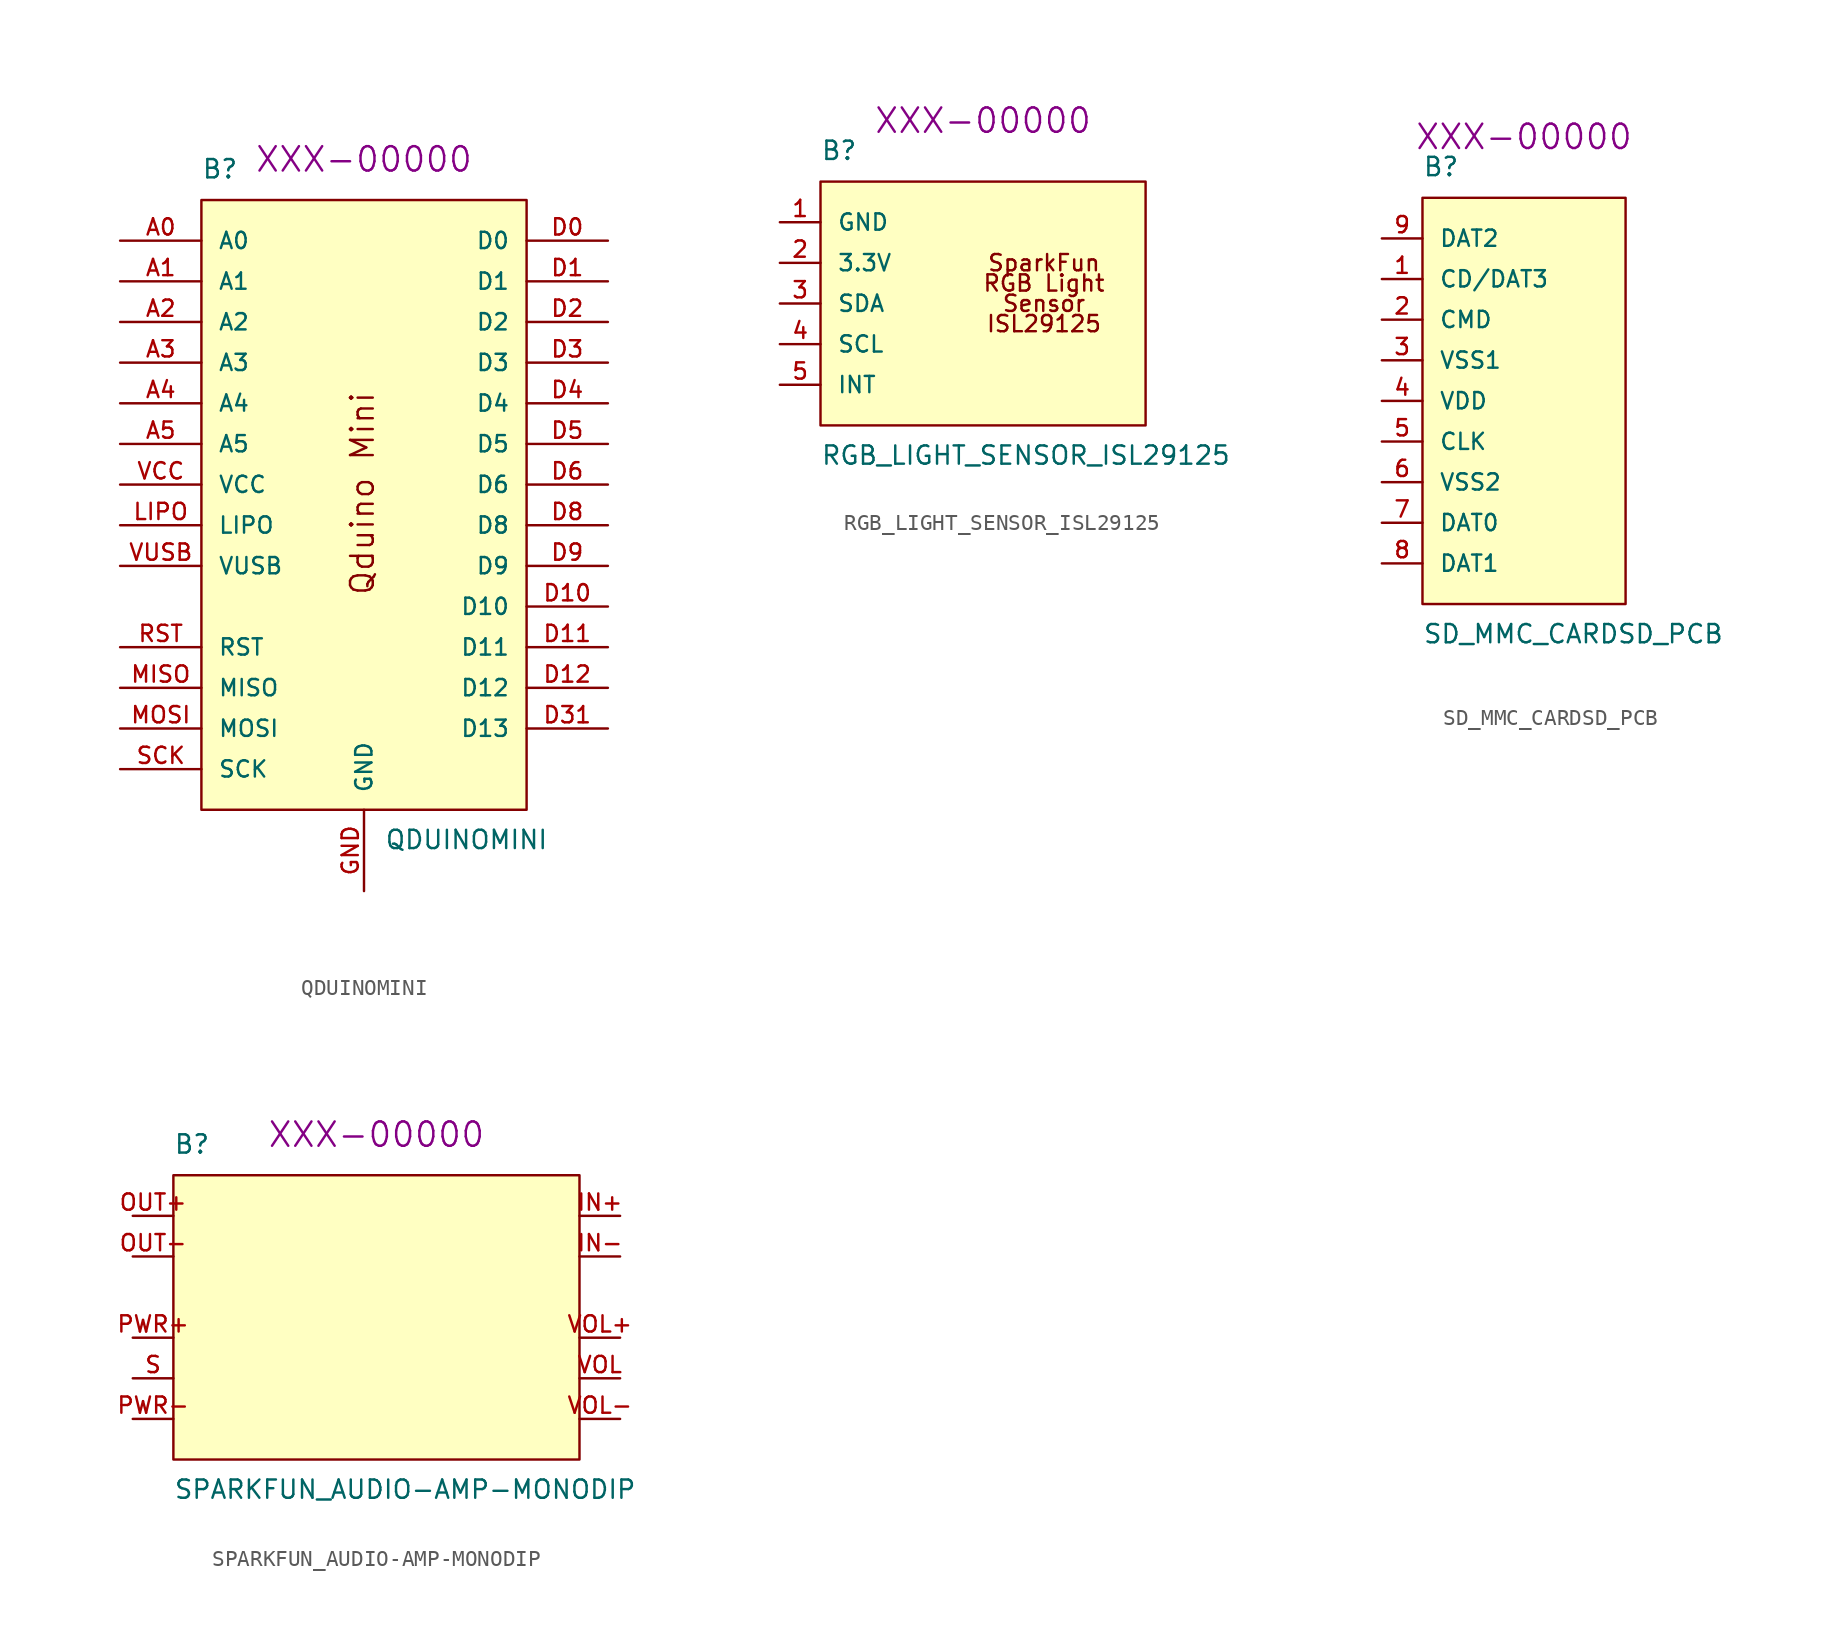
<source format=kicad_sym>
(kicad_symbol_lib
  (version 20201005)
  (generator kicad_symbol_editor)
  (symbol "QDUINOMINI"
    (pin_names
      (offset 1.016))
    (property "Reference" "B"
      (at -10.16 19.05 0)
      (effects (font (size 1.143 1.143)) (justify left bottom)))
    (property "Value" "QDUINOMINI"
      (at 1.27 -22.86 0)
      (effects (font (size 1.143 1.143)) (justify left bottom)))
    (property "Field4" "XXX-00000"
      (at 0 20.32 0)
      (effects (font (size 1.524 1.524))))
    (property "ki_locked" ""
      (at 0 0 0)
      (effects (font (size 1.27 1.27))))
    (symbol "QDUINOMINI_1_0"
      (text "Qduino Mini" (at -0.102 -0.559 900) (effects (font (size 1.422 1.422)))))
    (symbol "QDUINOMINI_1_1"
      (polyline (pts (xy -10.16 17.78) (xy 10.16 17.78) (xy 10.16 -20.32) (xy -10.16 -20.32) (xy -10.16 17.78)) (stroke (width 0)) (fill (type background)))
      (pin bidirectional line (at -15.24 15.24 0) (length 5.08) (name "A0" (effects (font (size 1.016 1.016)))) (number "A0" (effects (font (size 1.016 1.016)))))
      (pin bidirectional line (at 15.24 15.24 180) (length 5.08) (name "D0" (effects (font (size 1.016 1.016)))) (number "D0" (effects (font (size 1.016 1.016)))))
      (pin bidirectional line (at -15.24 12.7 0) (length 5.08) (name "A1" (effects (font (size 1.016 1.016)))) (number "A1" (effects (font (size 1.016 1.016)))))
      (pin bidirectional line (at 15.24 12.7 180) (length 5.08) (name "D1" (effects (font (size 1.016 1.016)))) (number "D1" (effects (font (size 1.016 1.016)))))
      (pin bidirectional line (at -15.24 10.16 0) (length 5.08) (name "A2" (effects (font (size 1.016 1.016)))) (number "A2" (effects (font (size 1.016 1.016)))))
      (pin bidirectional line (at 15.24 10.16 180) (length 5.08) (name "D2" (effects (font (size 1.016 1.016)))) (number "D2" (effects (font (size 1.016 1.016)))))
      (pin bidirectional line (at -15.24 7.62 0) (length 5.08) (name "A3" (effects (font (size 1.016 1.016)))) (number "A3" (effects (font (size 1.016 1.016)))))
      (pin bidirectional line (at 15.24 7.62 180) (length 5.08) (name "D3" (effects (font (size 1.016 1.016)))) (number "D3" (effects (font (size 1.016 1.016)))))
      (pin bidirectional line (at -15.24 5.08 0) (length 5.08) (name "A4" (effects (font (size 1.016 1.016)))) (number "A4" (effects (font (size 1.016 1.016)))))
      (pin bidirectional line (at 15.24 5.08 180) (length 5.08) (name "D4" (effects (font (size 1.016 1.016)))) (number "D4" (effects (font (size 1.016 1.016)))))
      (pin bidirectional line (at -15.24 2.54 0) (length 5.08) (name "A5" (effects (font (size 1.016 1.016)))) (number "A5" (effects (font (size 1.016 1.016)))))
      (pin bidirectional line (at 15.24 2.54 180) (length 5.08) (name "D5" (effects (font (size 1.016 1.016)))) (number "D5" (effects (font (size 1.016 1.016)))))
      (pin bidirectional line (at 15.24 0 180) (length 5.08) (name "D6" (effects (font (size 1.016 1.016)))) (number "D6" (effects (font (size 1.016 1.016)))))
      (pin bidirectional line (at 15.24 -2.54 180) (length 5.08) (name "D8" (effects (font (size 1.016 1.016)))) (number "D8" (effects (font (size 1.016 1.016)))))
      (pin bidirectional line (at 15.24 -5.08 180) (length 5.08) (name "D9" (effects (font (size 1.016 1.016)))) (number "D9" (effects (font (size 1.016 1.016)))))
      (pin bidirectional line (at 15.24 -7.62 180) (length 5.08) (name "D10" (effects (font (size 1.016 1.016)))) (number "D10" (effects (font (size 1.016 1.016)))))
      (pin bidirectional line (at 15.24 -10.16 180) (length 5.08) (name "D11" (effects (font (size 1.016 1.016)))) (number "D11" (effects (font (size 1.016 1.016)))))
      (pin bidirectional line (at 15.24 -15.24 180) (length 5.08) (name "D13" (effects (font (size 1.016 1.016)))) (number "D31" (effects (font (size 1.016 1.016)))))
      (pin bidirectional line (at 15.24 -12.7 180) (length 5.08) (name "D12" (effects (font (size 1.016 1.016)))) (number "D12" (effects (font (size 1.016 1.016)))))
      (pin bidirectional line (at -15.24 0 0) (length 5.08) (name "VCC" (effects (font (size 1.016 1.016)))) (number "VCC" (effects (font (size 1.016 1.016)))))
      (pin bidirectional line (at 0 -25.4 90) (length 5.08) (name "GND" (effects (font (size 1.016 1.016)))) (number "GND" (effects (font (size 1.016 1.016)))))
      (pin bidirectional line (at -15.24 -17.78 0) (length 5.08) (name "SCK" (effects (font (size 1.016 1.016)))) (number "SCK" (effects (font (size 1.016 1.016)))))
      (pin bidirectional line (at -15.24 -10.16 0) (length 5.08) (name "RST" (effects (font (size 1.016 1.016)))) (number "RST" (effects (font (size 1.016 1.016)))))
      (pin bidirectional line (at -15.24 -5.08 0) (length 5.08) (name "VUSB" (effects (font (size 1.016 1.016)))) (number "VUSB" (effects (font (size 1.016 1.016)))))
      (pin bidirectional line (at -15.24 -15.24 0) (length 5.08) (name "MOSI" (effects (font (size 1.016 1.016)))) (number "MOSI" (effects (font (size 1.016 1.016)))))
      (pin bidirectional line (at -15.24 -2.54 0) (length 5.08) (name "LIPO" (effects (font (size 1.016 1.016)))) (number "LIPO" (effects (font (size 1.016 1.016)))))
      (pin bidirectional line (at -15.24 -12.7 0) (length 5.08) (name "MISO" (effects (font (size 1.016 1.016)))) (number "MISO" (effects (font (size 1.016 1.016)))))))
  (symbol "RGB_LIGHT_SENSOR_ISL29125"
    (pin_names
      (offset 1.016))
    (property "Reference" "B"
      (at -10.16 8.89 0)
      (effects (font (size 1.143 1.143)) (justify left bottom)))
    (property "Value" "RGB_LIGHT_SENSOR_ISL29125"
      (at -10.16 -10.16 0)
      (effects (font (size 1.143 1.143)) (justify left bottom)))
    (property "Field4" "XXX-00000"
      (at 0 11.43 0)
      (effects (font (size 1.524 1.524))))
    (property "ki_locked" ""
      (at 0 0 0)
      (effects (font (size 1.27 1.27))))
    (symbol "RGB_LIGHT_SENSOR_ISL29125_0_0"
      (text "ISL29125" (at 3.81 -1.27 0) (effects (font (size 1.016 1.016))))
      (text "RGB Light" (at 3.81 1.27 0) (effects (font (size 1.016 1.016))))
      (text "Sensor" (at 3.81 0 0) (effects (font (size 1.016 1.016))))
      (text "SparkFun" (at 3.81 2.54 0) (effects (font (size 1.016 1.016)))))
    (symbol "RGB_LIGHT_SENSOR_ISL29125_1_1"
      (polyline (pts (xy -10.16 7.62) (xy -10.16 -7.62) (xy 10.16 -7.62) (xy 10.16 7.62) (xy -10.16 7.62)) (stroke (width 0)) (fill (type background)))
      (pin power_in line (at -12.7 5.08 0) (length 2.54) (name "GND" (effects (font (size 1.016 1.016)))) (number "1" (effects (font (size 1.016 1.016)))))
      (pin power_in line (at -12.7 2.54 0) (length 2.54) (name "3.3V" (effects (font (size 1.016 1.016)))) (number "2" (effects (font (size 1.016 1.016)))))
      (pin bidirectional line (at -12.7 0 0) (length 2.54) (name "SDA" (effects (font (size 1.016 1.016)))) (number "3" (effects (font (size 1.016 1.016)))))
      (pin bidirectional line (at -12.7 -2.54 0) (length 2.54) (name "SCL" (effects (font (size 1.016 1.016)))) (number "4" (effects (font (size 1.016 1.016)))))
      (pin bidirectional line (at -12.7 -5.08 0) (length 2.54) (name "INT" (effects (font (size 1.016 1.016)))) (number "5" (effects (font (size 1.016 1.016)))))))
  (symbol "SD_MMC_CARDSD_PCB"
    (pin_names
      (offset 1.016))
    (property "Reference" "B"
      (at -6.35 13.97 0)
      (effects (font (size 1.143 1.143)) (justify left bottom)))
    (property "Value" "SD_MMC_CARDSD_PCB"
      (at -6.35 -15.24 0)
      (effects (font (size 1.143 1.143)) (justify left bottom)))
    (property "Field4" "XXX-00000"
      (at 0 16.51 0)
      (effects (font (size 1.524 1.524))))
    (property "ki_locked" ""
      (at 0 0 0)
      (effects (font (size 1.27 1.27))))
    (symbol "SD_MMC_CARDSD_PCB_1_1"
      (polyline (pts (xy -6.35 -12.7) (xy 6.35 -12.7) (xy 6.35 12.7) (xy -6.35 12.7) (xy -6.35 -12.7)) (stroke (width 0)) (fill (type background)))
      (pin bidirectional line (at -8.89 7.62 0) (length 2.54) (name "CD/DAT3" (effects (font (size 1.016 1.016)))) (number "1" (effects (font (size 1.016 1.016)))))
      (pin bidirectional line (at -8.89 5.08 0) (length 2.54) (name "CMD" (effects (font (size 1.016 1.016)))) (number "2" (effects (font (size 1.016 1.016)))))
      (pin bidirectional line (at -8.89 2.54 0) (length 2.54) (name "VSS1" (effects (font (size 1.016 1.016)))) (number "3" (effects (font (size 1.016 1.016)))))
      (pin bidirectional line (at -8.89 0 0) (length 2.54) (name "VDD" (effects (font (size 1.016 1.016)))) (number "4" (effects (font (size 1.016 1.016)))))
      (pin bidirectional line (at -8.89 -2.54 0) (length 2.54) (name "CLK" (effects (font (size 1.016 1.016)))) (number "5" (effects (font (size 1.016 1.016)))))
      (pin bidirectional line (at -8.89 -5.08 0) (length 2.54) (name "VSS2" (effects (font (size 1.016 1.016)))) (number "6" (effects (font (size 1.016 1.016)))))
      (pin bidirectional line (at -8.89 -7.62 0) (length 2.54) (name "DAT0" (effects (font (size 1.016 1.016)))) (number "7" (effects (font (size 1.016 1.016)))))
      (pin bidirectional line (at -8.89 -10.16 0) (length 2.54) (name "DAT1" (effects (font (size 1.016 1.016)))) (number "8" (effects (font (size 1.016 1.016)))))
      (pin bidirectional line (at -8.89 10.16 0) (length 2.54) (name "DAT2" (effects (font (size 1.016 1.016)))) (number "9" (effects (font (size 1.016 1.016)))))))
  (symbol "SPARKFUN_AUDIO-AMP-MONODIP"
    (pin_names
      (offset 1.016) hide)
    (property "Reference" "B"
      (at -12.7 10.16 0)
      (effects (font (size 1.143 1.143)) (justify left bottom)))
    (property "Value" "SPARKFUN_AUDIO-AMP-MONODIP"
      (at -12.7 -11.43 0)
      (effects (font (size 1.143 1.143)) (justify left bottom)))
    (property "Field4" "XXX-00000"
      (at 0 11.43 0)
      (effects (font (size 1.524 1.524))))
    (property "ki_locked" ""
      (at 0 0 0)
      (effects (font (size 1.27 1.27))))
    (symbol "SPARKFUN_AUDIO-AMP-MONODIP_1_1"
      (polyline (pts (xy -12.7 8.89) (xy 12.7 8.89) (xy 12.7 -8.89) (xy -12.7 -8.89) (xy -12.7 8.89)) (stroke (width 0)) (fill (type background)))
      (pin bidirectional line (at -15.24 -3.81 0) (length 2.54) (name "*SHTDWN" (effects (font (size 1.016 1.016)))) (number "S" (effects (font (size 1.016 1.016)))))
      (pin bidirectional line (at 15.24 6.35 180) (length 2.54) (name "IN+" (effects (font (size 1.016 1.016)))) (number "IN+" (effects (font (size 1.016 1.016)))))
      (pin bidirectional line (at 15.24 3.81 180) (length 2.54) (name "IN-" (effects (font (size 1.016 1.016)))) (number "IN-" (effects (font (size 1.016 1.016)))))
      (pin bidirectional line (at 15.24 -3.81 180) (length 2.54) (name "VOL" (effects (font (size 1.016 1.016)))) (number "VOL" (effects (font (size 1.016 1.016)))))
      (pin bidirectional line (at 15.24 -1.27 180) (length 2.54) (name "VCC" (effects (font (size 1.016 1.016)))) (number "VOL+" (effects (font (size 1.016 1.016)))))
      (pin bidirectional line (at -15.24 -1.27 0) (length 2.54) (name "VCC" (effects (font (size 1.016 1.016)))) (number "PWR+" (effects (font (size 1.016 1.016)))))
      (pin bidirectional line (at -15.24 6.35 0) (length 2.54) (name "OUT+" (effects (font (size 1.016 1.016)))) (number "OUT+" (effects (font (size 1.016 1.016)))))
      (pin bidirectional line (at 15.24 -6.35 180) (length 2.54) (name "GND" (effects (font (size 1.016 1.016)))) (number "VOL-" (effects (font (size 1.016 1.016)))))
      (pin bidirectional line (at -15.24 -6.35 0) (length 2.54) (name "GND" (effects (font (size 1.016 1.016)))) (number "PWR-" (effects (font (size 1.016 1.016)))))
      (pin bidirectional line (at -15.24 3.81 0) (length 2.54) (name "OUT-" (effects (font (size 1.016 1.016)))) (number "OUT-" (effects (font (size 1.016 1.016))))))))
</source>
